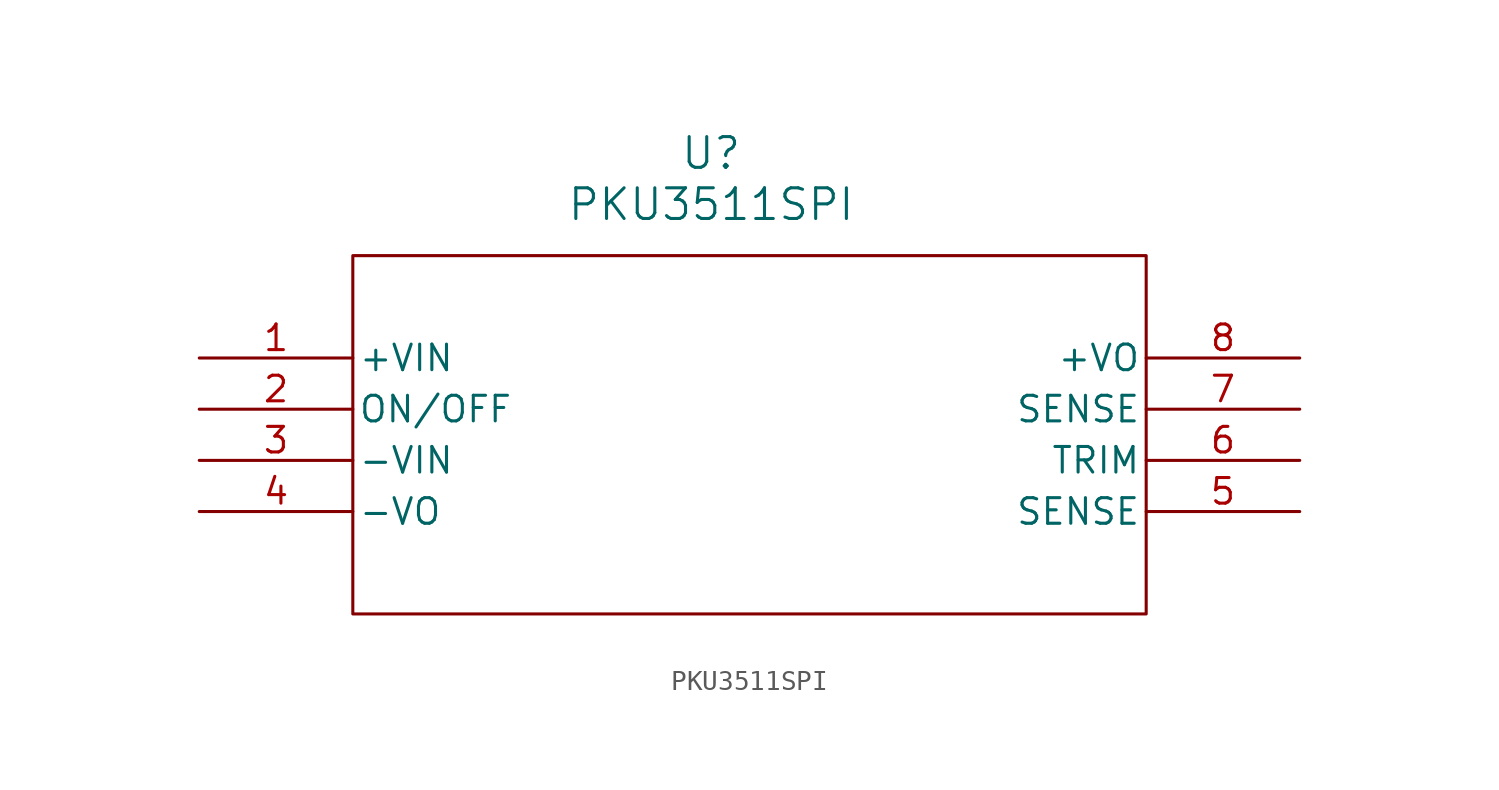
<source format=kicad_sym>
(kicad_symbol_lib
  (version 20231120)
  (generator "kicad_symbol_editor")
  (generator_version "8.0")
  (symbol "PKU3511SPI"
    (pin_names
      (offset 0.254))
    (property "Reference" "U"
      (at -2.54 13.97 0)
      (effects (font (size 1.524 1.524))))
    (property "Value" "PKU3511SPI"
      (at -2.54 11.43 0)
      (effects (font (size 1.524 1.524))))
    (property "ki_locked" ""
      (at 0 0 0)
      (effects (font (size 1.27 1.27))))
    (symbol "PKU3511SPI_0_1"
      (rectangle (start -20.32 8.89) (end 19.05 -8.89) (stroke (width 0) (type default)) (fill (type none))))
    (symbol "PKU3511SPI_1_1"
      (pin power_in line (at -27.94 3.81 0) (length 7.62) (name "+VIN" (effects (font (size 1.27 1.27)))) (number "1" (effects (font (size 1.27 1.27)))))
      (pin input line (at -27.94 1.27 0) (length 7.62) (name "ON/OFF" (effects (font (size 1.27 1.27)))) (number "2" (effects (font (size 1.27 1.27)))))
      (pin power_in line (at -27.94 -1.27 0) (length 7.62) (name "-VIN" (effects (font (size 1.27 1.27)))) (number "3" (effects (font (size 1.27 1.27)))))
      (pin power_in line (at -27.94 -3.81 0) (length 7.62) (name "-VO" (effects (font (size 1.27 1.27)))) (number "4" (effects (font (size 1.27 1.27)))))
      (pin input line (at 26.67 -3.81 180) (length 7.62) (name "SENSE" (effects (font (size 1.27 1.27)))) (number "5" (effects (font (size 1.27 1.27)))))
      (pin output line (at 26.67 -1.27 180) (length 7.62) (name "TRIM" (effects (font (size 1.27 1.27)))) (number "6" (effects (font (size 1.27 1.27)))))
      (pin input line (at 26.67 1.27 180) (length 7.62) (name "SENSE" (effects (font (size 1.27 1.27)))) (number "7" (effects (font (size 1.27 1.27)))))
      (pin power_out line (at 26.67 3.81 180) (length 7.62) (name "+VO" (effects (font (size 1.27 1.27)))) (number "8" (effects (font (size 1.27 1.27))))))))
</source>
